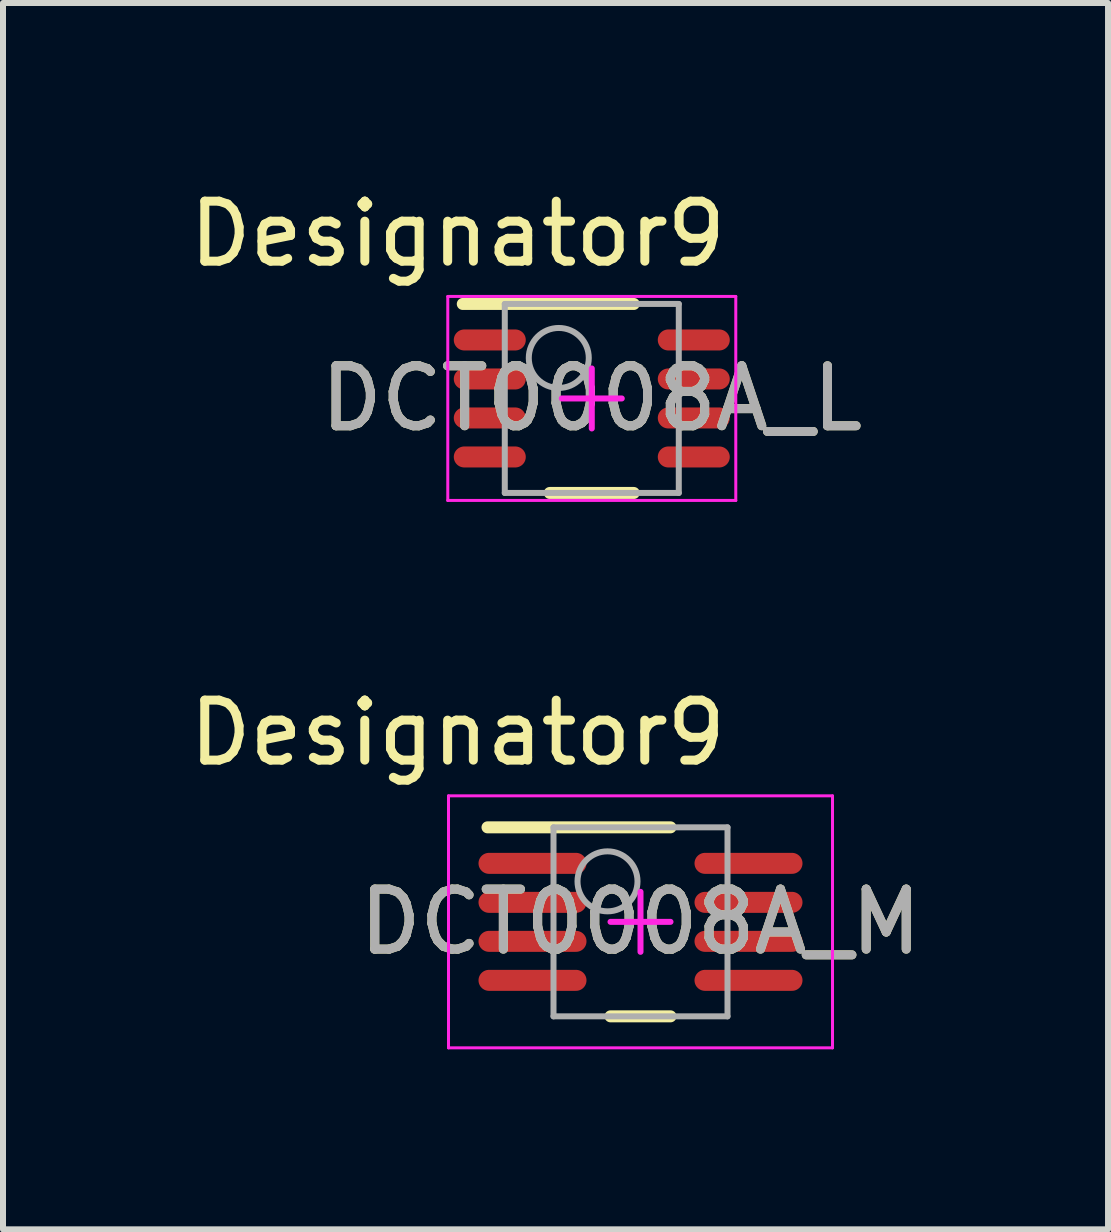
<source format=kicad_pcb>
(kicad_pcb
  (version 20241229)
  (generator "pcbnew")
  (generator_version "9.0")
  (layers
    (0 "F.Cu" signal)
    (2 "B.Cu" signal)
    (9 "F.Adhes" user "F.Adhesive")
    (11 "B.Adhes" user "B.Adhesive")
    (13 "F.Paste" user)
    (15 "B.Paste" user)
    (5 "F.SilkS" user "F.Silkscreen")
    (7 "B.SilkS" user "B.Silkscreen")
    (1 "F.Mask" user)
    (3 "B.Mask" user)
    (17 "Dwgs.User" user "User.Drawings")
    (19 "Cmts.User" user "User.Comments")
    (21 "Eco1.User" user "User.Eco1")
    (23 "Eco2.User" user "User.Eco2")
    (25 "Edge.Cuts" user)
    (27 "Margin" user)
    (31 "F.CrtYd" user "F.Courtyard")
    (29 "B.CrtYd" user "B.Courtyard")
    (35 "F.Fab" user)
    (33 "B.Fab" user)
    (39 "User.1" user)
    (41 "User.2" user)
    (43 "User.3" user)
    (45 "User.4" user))
  (footprint "DCT0008A_L"
    (layer "F.Cu")
    (at 6.813 3.591)
    (property "Reference" "DCT0008A_L" (at 0 0 0) (unlocked yes) (layer "F.SilkS") (effects (font (size 1 1) (thickness 0.15))))
    (attr smd)
    (fp_line (start -2.15 -1.575) (end 0.7 -1.575) (stroke (width 0.2) (type solid)) (layer "F.SilkS"))
    (fp_line (start -0.7 1.575) (end 0.7 1.575) (stroke (width 0.2) (type solid)) (layer "F.SilkS"))
    (fp_line (start -2.4 -1.7) (end 2.4 -1.7) (stroke (width 0.05) (type solid)) (layer "F.CrtYd"))
    (fp_line (start -2.4 1.7) (end -2.4 -1.7) (stroke (width 0.05) (type solid)) (layer "F.CrtYd"))
    (fp_line (start -2.4 1.7) (end 2.4 1.7) (stroke (width 0.05) (type solid)) (layer "F.CrtYd"))
    (fp_line (start -0.5 -0.000003) (end 0.5 -0.000003) (stroke (width 0.1) (type solid)) (layer "F.CrtYd"))
    (fp_line (start 0 0.5) (end 0 -0.5) (stroke (width 0.1) (type solid)) (layer "F.CrtYd"))
    (fp_line (start 2.4 1.7) (end 2.4 -1.7) (stroke (width 0.05) (type solid)) (layer "F.CrtYd"))
    (fp_line (start -1.45 -1.575) (end 1.45 -1.575) (stroke (width 0.1) (type solid)) (layer "F.Fab"))
    (fp_line (start -1.45 1.575) (end -1.45 -1.575) (stroke (width 0.1) (type solid)) (layer "F.Fab"))
    (fp_line (start -1.45 1.575) (end 1.45 1.575) (stroke (width 0.1) (type solid)) (layer "F.Fab"))
    (fp_line (start 1.45 1.575) (end 1.45 -1.575) (stroke (width 0.1) (type solid)) (layer "F.Fab"))
    (fp_circle (center -0.55 -0.675) (end -0.05 -0.675) (stroke (width 0.1) (type solid)) (fill no) (layer "F.Fab"))
    (fp_text user "Designator9" (at -2.235 -2.743 0) (unlocked yes) (layer "F.SilkS") (effects (font (size 1 1) (thickness 0.15))))
    (fp_text user "${REFERENCE}" (at 0 0 0) (unlocked yes) (layer "F.Fab") (effects (font (size 1 1) (thickness 0.15))))
    (pad "1" smd oval (at -1.7 -0.975 90) (size 0.35 1.2) (layers "F.Cu" "F.Mask" "F.Paste"))
    (pad "2" smd oval (at -1.7 -0.325 90) (size 0.35 1.2) (layers "F.Cu" "F.Mask" "F.Paste"))
    (pad "3" smd oval (at -1.7 0.325 90) (size 0.35 1.2) (layers "F.Cu" "F.Mask" "F.Paste"))
    (pad "4" smd oval (at -1.7 0.975 90) (size 0.35 1.2) (layers "F.Cu" "F.Mask" "F.Paste"))
    (pad "5" smd oval (at 1.7 0.975 90) (size 0.35 1.2) (layers "F.Cu" "F.Mask" "F.Paste"))
    (pad "6" smd oval (at 1.7 0.325 90) (size 0.35 1.2) (layers "F.Cu" "F.Mask" "F.Paste"))
    (pad "7" smd oval (at 1.7 -0.325 90) (size 0.35 1.2) (layers "F.Cu" "F.Mask" "F.Paste"))
    (pad "8" smd oval (at 1.7 -0.975 90) (size 0.35 1.2) (layers "F.Cu" "F.Mask" "F.Paste")))
  (footprint "DCT0008A_M"
    (layer "F.Cu")
    (at 7.625 12.314)
    (property "Reference" "DCT0008A_M" (at 0 0 0) (unlocked yes) (layer "F.SilkS") (effects (font (size 1 1) (thickness 0.15))))
    (attr smd)
    (fp_line (start -2.55 -1.575) (end 0.5 -1.575) (stroke (width 0.2) (type solid)) (layer "F.SilkS"))
    (fp_line (start -0.5 1.575) (end 0.5 1.575) (stroke (width 0.2) (type solid)) (layer "F.SilkS"))
    (fp_line (start -3.2 -2.1) (end 3.2 -2.1) (stroke (width 0.05) (type solid)) (layer "F.CrtYd"))
    (fp_line (start -3.2 2.1) (end -3.2 -2.1) (stroke (width 0.05) (type solid)) (layer "F.CrtYd"))
    (fp_line (start -3.2 2.1) (end 3.2 2.1) (stroke (width 0.05) (type solid)) (layer "F.CrtYd"))
    (fp_line (start -0.5 -0.000003) (end 0.5 -0.000003) (stroke (width 0.1) (type solid)) (layer "F.CrtYd"))
    (fp_line (start 0 0.5) (end 0 -0.5) (stroke (width 0.1) (type solid)) (layer "F.CrtYd"))
    (fp_line (start 3.2 2.1) (end 3.2 -2.1) (stroke (width 0.05) (type solid)) (layer "F.CrtYd"))
    (fp_line (start -1.45 -1.575) (end 1.45 -1.575) (stroke (width 0.1) (type solid)) (layer "F.Fab"))
    (fp_line (start -1.45 1.575) (end -1.45 -1.575) (stroke (width 0.1) (type solid)) (layer "F.Fab"))
    (fp_line (start -1.45 1.575) (end 1.45 1.575) (stroke (width 0.1) (type solid)) (layer "F.Fab"))
    (fp_line (start 1.45 1.575) (end 1.45 -1.575) (stroke (width 0.1) (type solid)) (layer "F.Fab"))
    (fp_circle (center -0.55 -0.675) (end -0.05 -0.675) (stroke (width 0.1) (type solid)) (fill no) (layer "F.Fab"))
    (fp_text user "Designator9" (at -3.048 -3.15 0) (unlocked yes) (layer "F.SilkS") (effects (font (size 1 1) (thickness 0.15))))
    (fp_text user "${REFERENCE}" (at 0 0 0) (unlocked yes) (layer "F.Fab") (effects (font (size 1 1) (thickness 0.15))))
    (pad "1" smd oval (at -1.8 -0.975 90) (size 0.35 1.8) (layers "F.Cu" "F.Mask" "F.Paste"))
    (pad "2" smd oval (at -1.8 -0.325 90) (size 0.35 1.8) (layers "F.Cu" "F.Mask" "F.Paste"))
    (pad "3" smd oval (at -1.8 0.325 90) (size 0.35 1.8) (layers "F.Cu" "F.Mask" "F.Paste"))
    (pad "4" smd oval (at -1.8 0.975 90) (size 0.35 1.8) (layers "F.Cu" "F.Mask" "F.Paste"))
    (pad "5" smd oval (at 1.8 0.975 90) (size 0.35 1.8) (layers "F.Cu" "F.Mask" "F.Paste"))
    (pad "6" smd oval (at 1.8 0.325 90) (size 0.35 1.8) (layers "F.Cu" "F.Mask" "F.Paste"))
    (pad "7" smd oval (at 1.8 -0.325 90) (size 0.35 1.8) (layers "F.Cu" "F.Mask" "F.Paste"))
    (pad "8" smd oval (at 1.8 -0.975 90) (size 0.35 1.8) (layers "F.Cu" "F.Mask" "F.Paste")))
  (gr_rect
    (start -3 -3)
    (end 15.417 17.439)
    (stroke (width 0.1) (type default))
    (fill no)
    (layer "Edge.Cuts")))
</source>
